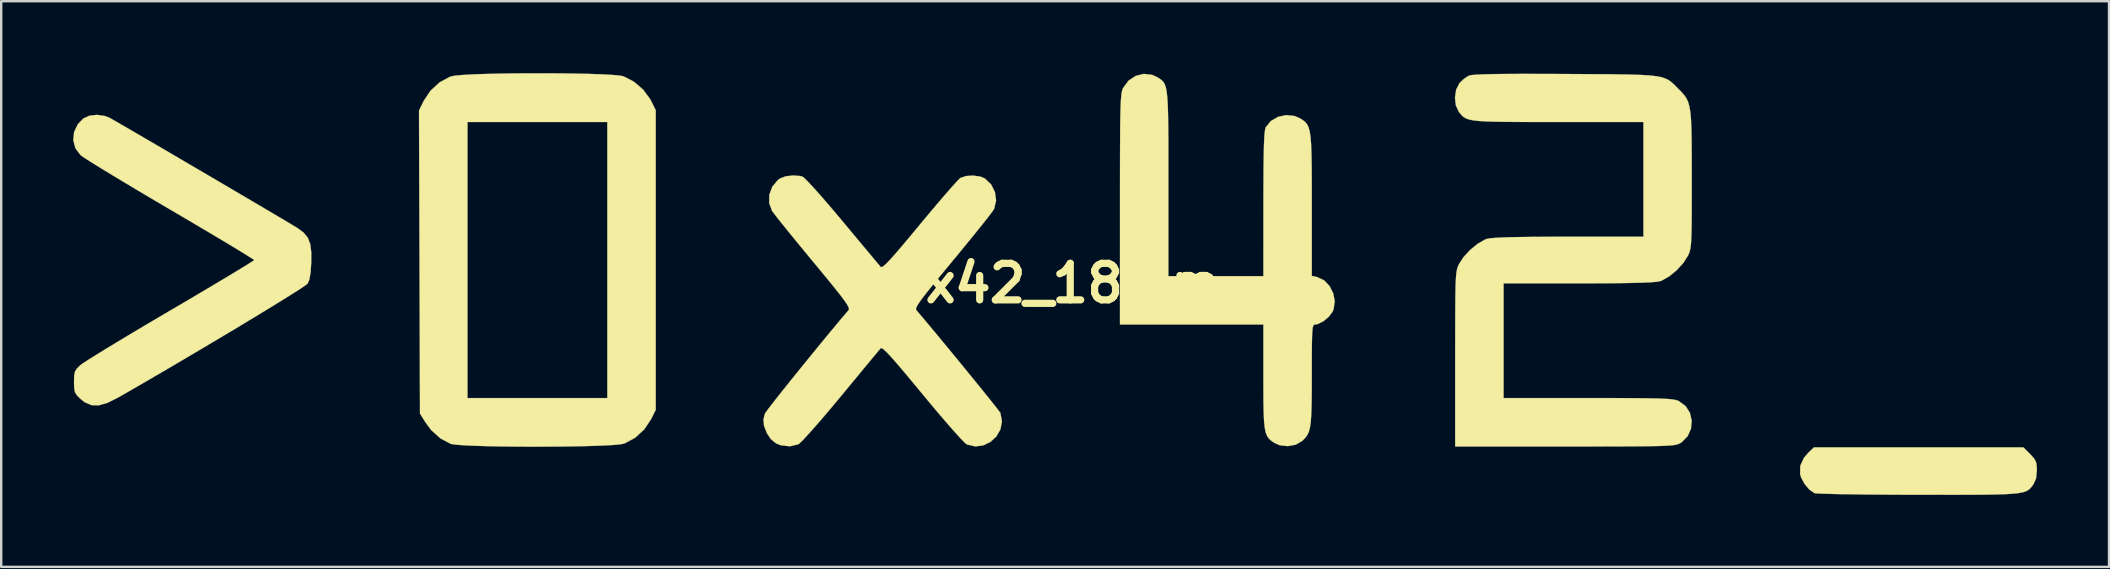
<source format=kicad_pcb>
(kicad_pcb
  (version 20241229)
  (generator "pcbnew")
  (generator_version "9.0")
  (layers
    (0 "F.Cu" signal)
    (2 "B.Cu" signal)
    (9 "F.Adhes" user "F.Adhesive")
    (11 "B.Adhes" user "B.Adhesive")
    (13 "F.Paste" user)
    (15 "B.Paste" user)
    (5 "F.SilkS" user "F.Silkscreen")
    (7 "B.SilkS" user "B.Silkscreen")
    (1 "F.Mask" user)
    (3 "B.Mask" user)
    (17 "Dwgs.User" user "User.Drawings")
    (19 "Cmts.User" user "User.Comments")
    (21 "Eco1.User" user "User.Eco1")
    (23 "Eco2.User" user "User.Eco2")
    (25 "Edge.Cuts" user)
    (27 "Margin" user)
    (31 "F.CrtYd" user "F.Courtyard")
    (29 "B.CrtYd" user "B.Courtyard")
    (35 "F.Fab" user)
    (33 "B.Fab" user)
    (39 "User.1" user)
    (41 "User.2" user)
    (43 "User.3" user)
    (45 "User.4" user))
  (footprint "0x42_18mm"
    (layer "F.Cu")
    (at 40.936 8.758)
    (property "Reference" "0x42_18mm" (at 0 0 0) (layer "F.SilkS") (effects (font (size 1.524 1.524) (thickness 0.3))))
    (attr through_hole)
    (fp_poly (pts (xy 40.62 7.117) (xy 40.789 7.303) (xy 40.873 7.463) (xy 40.9 7.668) (xy 40.901 7.789) (xy 40.868 8.128) (xy 40.76 8.372) (xy 40.752 8.383) (xy 40.686 8.473) (xy 40.62 8.549) (xy 40.545 8.613) (xy 40.446 8.666) (xy 40.314 8.709) (xy 40.135 8.742) (xy 39.898 8.768) (xy 39.591 8.786) (xy 39.202 8.799) (xy 38.719 8.807) (xy 38.13 8.811) (xy 37.423 8.812) (xy 36.587 8.811) (xy 35.96 8.811) (xy 35.18 8.809) (xy 34.442 8.805) (xy 33.76 8.799) (xy 33.148 8.791) (xy 32.62 8.783) (xy 32.19 8.773) (xy 31.873 8.762) (xy 31.682 8.751) (xy 31.632 8.743) (xy 31.422 8.598) (xy 31.223 8.363) (xy 31.077 8.095) (xy 31.035 7.953) (xy 31.041 7.604) (xy 31.194 7.271) (xy 31.387 7.05) (xy 31.61 6.836) (xy 40.339 6.836) (xy 40.62 7.117)) (stroke (width 0.01) (type solid)) (fill yes) (layer "F.SilkS"))
    (fp_poly (pts (xy -20.66 -8.75) (xy -20.035 -8.741) (xy -19.458 -8.729) (xy -18.948 -8.712) (xy -18.525 -8.69) (xy -18.209 -8.664) (xy -18.019 -8.633) (xy -18.001 -8.628) (xy -17.568 -8.404) (xy -17.182 -8.072) (xy -16.887 -7.671) (xy -16.853 -7.606) (xy -16.659 -7.217) (xy -16.659 5.275) (xy -16.853 5.663) (xy -17.137 6.087) (xy -17.515 6.433) (xy -17.947 6.667) (xy -17.989 6.682) (xy -18.153 6.712) (xy -18.447 6.738) (xy -18.85 6.759) (xy -19.344 6.777) (xy -19.909 6.791) (xy -20.525 6.8) (xy -21.173 6.805) (xy -21.834 6.807) (xy -22.487 6.804) (xy -23.114 6.797) (xy -23.695 6.785) (xy -24.21 6.77) (xy -24.641 6.75) (xy -24.967 6.726) (xy -25.169 6.698) (xy -25.204 6.689) (xy -25.631 6.463) (xy -26.016 6.115) (xy -26.259 5.788) (xy -26.483 5.428) (xy -26.503 -0.887) (xy -26.522 -6.724) (xy -24.504 -6.724) (xy -24.504 4.781) (xy -18.676 4.781) (xy -18.676 -6.724) (xy -24.504 -6.724) (xy -26.522 -6.724) (xy -26.523 -7.202) (xy -26.331 -7.596) (xy -26.049 -8.022) (xy -25.674 -8.37) (xy -25.241 -8.606) (xy -25.191 -8.624) (xy -25.021 -8.656) (xy -24.722 -8.683) (xy -24.313 -8.706) (xy -23.814 -8.724) (xy -23.245 -8.738) (xy -22.626 -8.748) (xy -21.975 -8.753) (xy -21.313 -8.753) (xy -20.66 -8.75)) (stroke (width 0.01) (type solid)) (fill yes) (layer "F.SilkS"))
    (fp_poly (pts (xy -39.607 -6.972) (xy -39.429 -6.902) (xy -39.318 -6.84) (xy -39.093 -6.711) (xy -38.768 -6.523) (xy -38.357 -6.284) (xy -37.874 -6.002) (xy -37.334 -5.687) (xy -36.751 -5.346) (xy -36.139 -4.987) (xy -35.513 -4.62) (xy -34.886 -4.252) (xy -34.273 -3.892) (xy -33.689 -3.548) (xy -33.147 -3.229) (xy -32.662 -2.943) (xy -32.247 -2.698) (xy -31.919 -2.503) (xy -31.69 -2.365) (xy -31.589 -2.304) (xy -31.331 -2.112) (xy -31.157 -1.899) (xy -31.055 -1.633) (xy -31.013 -1.283) (xy -31.015 -0.867) (xy -31.043 -0.446) (xy -31.095 -0.156) (xy -31.163 0.007) (xy -31.246 0.075) (xy -31.446 0.211) (xy -31.752 0.407) (xy -32.151 0.656) (xy -32.631 0.953) (xy -33.181 1.288) (xy -33.788 1.655) (xy -34.441 2.047) (xy -35.127 2.456) (xy -35.835 2.876) (xy -36.552 3.3) (xy -37.267 3.719) (xy -37.968 4.127) (xy -38.642 4.516) (xy -39.069 4.761) (xy -39.506 4.979) (xy -39.868 5.084) (xy -40.177 5.076) (xy -40.454 4.957) (xy -40.622 4.824) (xy -40.778 4.671) (xy -40.861 4.539) (xy -40.895 4.37) (xy -40.901 4.109) (xy -40.895 3.847) (xy -40.861 3.678) (xy -40.779 3.549) (xy -40.639 3.412) (xy -40.526 3.33) (xy -40.296 3.18) (xy -39.963 2.972) (xy -39.54 2.712) (xy -39.039 2.408) (xy -38.474 2.069) (xy -37.857 1.702) (xy -37.203 1.316) (xy -36.885 1.13) (xy -36.227 0.744) (xy -35.61 0.379) (xy -35.045 0.044) (xy -34.543 -0.256) (xy -34.118 -0.513) (xy -33.779 -0.719) (xy -33.54 -0.868) (xy -33.412 -0.953) (xy -33.394 -0.97) (xy -33.456 -1.017) (xy -33.636 -1.132) (xy -33.922 -1.309) (xy -34.301 -1.539) (xy -34.763 -1.816) (xy -35.295 -2.133) (xy -35.885 -2.482) (xy -36.523 -2.858) (xy -36.886 -3.071) (xy -37.554 -3.463) (xy -38.189 -3.84) (xy -38.779 -4.192) (xy -39.31 -4.512) (xy -39.77 -4.792) (xy -40.145 -5.024) (xy -40.423 -5.201) (xy -40.591 -5.314) (xy -40.629 -5.344) (xy -40.842 -5.629) (xy -40.931 -5.96) (xy -40.898 -6.304) (xy -40.745 -6.628) (xy -40.519 -6.866) (xy -40.263 -6.985) (xy -39.94 -7.021) (xy -39.607 -6.972)) (stroke (width 0.01) (type solid)) (fill yes) (layer "F.SilkS"))
    (fp_poly (pts (xy 4.03 -8.688) (xy 4.236 -8.594) (xy 4.337 -8.532) (xy 4.422 -8.472) (xy 4.493 -8.4) (xy 4.552 -8.304) (xy 4.598 -8.173) (xy 4.634 -7.994) (xy 4.661 -7.754) (xy 4.681 -7.441) (xy 4.693 -7.043) (xy 4.701 -6.548) (xy 4.705 -5.943) (xy 4.706 -5.216) (xy 4.706 -4.354) (xy 4.706 -4.15) (xy 4.706 -0.299) (xy 8.666 -0.299) (xy 8.667 -3.306) (xy 8.669 -4.117) (xy 8.673 -4.79) (xy 8.68 -5.335) (xy 8.69 -5.762) (xy 8.704 -6.083) (xy 8.722 -6.307) (xy 8.745 -6.447) (xy 8.761 -6.497) (xy 8.973 -6.761) (xy 9.27 -6.936) (xy 9.614 -7.011) (xy 9.963 -6.975) (xy 10.199 -6.872) (xy 10.315 -6.798) (xy 10.41 -6.721) (xy 10.487 -6.628) (xy 10.548 -6.505) (xy 10.595 -6.336) (xy 10.63 -6.109) (xy 10.654 -5.809) (xy 10.669 -5.422) (xy 10.678 -4.933) (xy 10.682 -4.329) (xy 10.683 -3.595) (xy 10.683 -3.263) (xy 10.683 -0.311) (xy 10.896 -0.264) (xy 11.19 -0.129) (xy 11.423 0.112) (xy 11.579 0.42) (xy 11.64 0.757) (xy 11.589 1.088) (xy 11.547 1.186) (xy 11.388 1.397) (xy 11.166 1.58) (xy 10.934 1.696) (xy 10.814 1.718) (xy 10.775 1.727) (xy 10.745 1.765) (xy 10.722 1.847) (xy 10.706 1.99) (xy 10.695 2.21) (xy 10.688 2.523) (xy 10.684 2.946) (xy 10.683 3.493) (xy 10.683 3.812) (xy 10.682 4.477) (xy 10.676 5.009) (xy 10.664 5.428) (xy 10.643 5.75) (xy 10.61 5.995) (xy 10.563 6.178) (xy 10.498 6.319) (xy 10.414 6.435) (xy 10.308 6.544) (xy 10.284 6.566) (xy 10.016 6.722) (xy 9.686 6.784) (xy 9.352 6.749) (xy 9.136 6.656) (xy 9.008 6.571) (xy 8.906 6.482) (xy 8.826 6.372) (xy 8.766 6.225) (xy 8.723 6.024) (xy 8.695 5.752) (xy 8.678 5.391) (xy 8.669 4.926) (xy 8.666 4.339) (xy 8.666 3.888) (xy 8.666 1.718) (xy 2.689 1.718) (xy 2.69 -3.082) (xy 2.69 -4.052) (xy 2.691 -4.885) (xy 2.693 -5.591) (xy 2.696 -6.181) (xy 2.7 -6.668) (xy 2.707 -7.061) (xy 2.716 -7.372) (xy 2.727 -7.613) (xy 2.741 -7.795) (xy 2.757 -7.929) (xy 2.777 -8.027) (xy 2.801 -8.099) (xy 2.82 -8.141) (xy 3.045 -8.446) (xy 3.344 -8.645) (xy 3.683 -8.729) (xy 4.03 -8.688)) (stroke (width 0.01) (type solid)) (fill yes) (layer "F.SilkS"))
    (fp_poly (pts (xy 20.203 -8.728) (xy 21.129 -8.725) (xy 21.255 -8.724) (xy 22.141 -8.719) (xy 22.89 -8.715) (xy 23.515 -8.708) (xy 24.031 -8.698) (xy 24.45 -8.683) (xy 24.786 -8.661) (xy 25.05 -8.631) (xy 25.257 -8.59) (xy 25.42 -8.537) (xy 25.552 -8.471) (xy 25.666 -8.39) (xy 25.775 -8.291) (xy 25.892 -8.174) (xy 25.946 -8.12) (xy 26.084 -7.98) (xy 26.198 -7.852) (xy 26.29 -7.721) (xy 26.362 -7.57) (xy 26.417 -7.385) (xy 26.458 -7.15) (xy 26.486 -6.849) (xy 26.503 -6.467) (xy 26.513 -5.989) (xy 26.517 -5.398) (xy 26.519 -4.68) (xy 26.519 -4.351) (xy 26.519 -3.62) (xy 26.518 -3.023) (xy 26.515 -2.544) (xy 26.509 -2.168) (xy 26.5 -1.879) (xy 26.487 -1.66) (xy 26.468 -1.497) (xy 26.444 -1.374) (xy 26.414 -1.275) (xy 26.376 -1.184) (xy 26.363 -1.156) (xy 26.168 -0.85) (xy 25.892 -0.548) (xy 25.578 -0.29) (xy 25.271 -0.116) (xy 25.193 -0.089) (xy 25.05 -0.064) (xy 24.798 -0.043) (xy 24.43 -0.027) (xy 23.94 -0.015) (xy 23.319 -0.006) (xy 22.562 -0.001) (xy 21.787 0) (xy 18.676 0) (xy 18.676 4.781) (xy 22.195 4.781) (xy 23.022 4.782) (xy 23.713 4.783) (xy 24.282 4.787) (xy 24.741 4.792) (xy 25.104 4.8) (xy 25.384 4.811) (xy 25.595 4.825) (xy 25.75 4.843) (xy 25.862 4.865) (xy 25.945 4.892) (xy 25.977 4.906) (xy 26.261 5.114) (xy 26.441 5.398) (xy 26.517 5.724) (xy 26.486 6.058) (xy 26.348 6.368) (xy 26.101 6.619) (xy 26.05 6.652) (xy 25.996 6.682) (xy 25.932 6.707) (xy 25.847 6.729) (xy 25.729 6.747) (xy 25.566 6.761) (xy 25.347 6.773) (xy 25.061 6.781) (xy 24.694 6.788) (xy 24.237 6.792) (xy 23.678 6.795) (xy 23.004 6.797) (xy 22.204 6.798) (xy 21.266 6.798) (xy 21.235 6.798) (xy 16.659 6.798) (xy 16.659 3.161) (xy 16.66 2.329) (xy 16.661 1.633) (xy 16.663 1.059) (xy 16.667 0.595) (xy 16.673 0.225) (xy 16.682 -0.062) (xy 16.695 -0.281) (xy 16.711 -0.445) (xy 16.732 -0.567) (xy 16.758 -0.661) (xy 16.789 -0.741) (xy 16.815 -0.797) (xy 17.007 -1.093) (xy 17.281 -1.389) (xy 17.592 -1.645) (xy 17.895 -1.82) (xy 17.987 -1.854) (xy 18.13 -1.879) (xy 18.382 -1.899) (xy 18.75 -1.916) (xy 19.24 -1.928) (xy 19.861 -1.936) (xy 20.618 -1.941) (xy 21.393 -1.942) (xy 24.504 -1.942) (xy 24.504 -6.724) (xy 20.951 -6.724) (xy 20.101 -6.724) (xy 19.386 -6.725) (xy 18.795 -6.729) (xy 18.314 -6.736) (xy 17.93 -6.748) (xy 17.63 -6.767) (xy 17.401 -6.794) (xy 17.229 -6.83) (xy 17.102 -6.876) (xy 17.006 -6.934) (xy 16.929 -7.005) (xy 16.857 -7.09) (xy 16.815 -7.143) (xy 16.688 -7.412) (xy 16.65 -7.741) (xy 16.7 -8.07) (xy 16.837 -8.342) (xy 16.845 -8.352) (xy 17.026 -8.524) (xy 17.222 -8.651) (xy 17.239 -8.658) (xy 17.339 -8.679) (xy 17.535 -8.696) (xy 17.833 -8.71) (xy 18.241 -8.72) (xy 18.767 -8.726) (xy 19.419 -8.729) (xy 20.203 -8.728)) (stroke (width 0.01) (type solid)) (fill yes) (layer "F.SilkS"))
    (fp_poly (pts (xy -10.642 -4.473) (xy -10.542 -4.448) (xy -10.455 -4.379) (xy -10.287 -4.209) (xy -10.049 -3.952) (xy -9.756 -3.623) (xy -9.421 -3.235) (xy -9.055 -2.804) (xy -8.876 -2.59) (xy -8.503 -2.142) (xy -8.158 -1.728) (xy -7.853 -1.363) (xy -7.601 -1.062) (xy -7.414 -0.839) (xy -7.304 -0.709) (xy -7.283 -0.685) (xy -7.241 -0.675) (xy -7.168 -0.716) (xy -7.053 -0.817) (xy -6.889 -0.988) (xy -6.666 -1.238) (xy -6.375 -1.578) (xy -6.007 -2.017) (xy -5.656 -2.44) (xy -5.276 -2.896) (xy -4.921 -3.317) (xy -4.602 -3.689) (xy -4.332 -3.998) (xy -4.125 -4.228) (xy -3.992 -4.365) (xy -3.957 -4.395) (xy -3.723 -4.472) (xy -3.424 -4.49) (xy -3.131 -4.449) (xy -2.944 -4.372) (xy -2.682 -4.123) (xy -2.522 -3.804) (xy -2.474 -3.456) (xy -2.55 -3.121) (xy -2.571 -3.078) (xy -2.643 -2.973) (xy -2.798 -2.769) (xy -3.026 -2.481) (xy -3.313 -2.123) (xy -3.648 -1.711) (xy -4.019 -1.259) (xy -4.286 -0.936) (xy -4.726 -0.404) (xy -5.078 0.025) (xy -5.35 0.364) (xy -5.55 0.623) (xy -5.688 0.815) (xy -5.772 0.95) (xy -5.809 1.04) (xy -5.809 1.098) (xy -5.797 1.118) (xy -5.543 1.418) (xy -5.24 1.779) (xy -4.902 2.185) (xy -4.54 2.622) (xy -4.167 3.075) (xy -3.797 3.527) (xy -3.44 3.964) (xy -3.11 4.37) (xy -2.82 4.73) (xy -2.581 5.029) (xy -2.406 5.251) (xy -2.309 5.381) (xy -2.293 5.406) (xy -2.23 5.754) (xy -2.293 6.084) (xy -2.458 6.375) (xy -2.704 6.605) (xy -3.006 6.753) (xy -3.341 6.797) (xy -3.686 6.715) (xy -3.696 6.711) (xy -3.787 6.634) (xy -3.96 6.455) (xy -4.203 6.188) (xy -4.503 5.847) (xy -4.847 5.446) (xy -5.224 4.998) (xy -5.542 4.615) (xy -5.999 4.063) (xy -6.371 3.618) (xy -6.667 3.273) (xy -6.894 3.017) (xy -7.062 2.841) (xy -7.178 2.738) (xy -7.25 2.697) (xy -7.284 2.704) (xy -7.352 2.784) (xy -7.502 2.964) (xy -7.724 3.231) (xy -8.005 3.57) (xy -8.333 3.968) (xy -8.697 4.408) (xy -8.946 4.71) (xy -9.331 5.172) (xy -9.694 5.6) (xy -10.022 5.978) (xy -10.302 6.292) (xy -10.522 6.529) (xy -10.668 6.672) (xy -10.717 6.708) (xy -11.065 6.791) (xy -11.438 6.75) (xy -11.633 6.677) (xy -11.857 6.497) (xy -12.025 6.244) (xy -12.146 5.933) (xy -12.169 5.674) (xy -12.108 5.432) (xy -12.05 5.344) (xy -11.909 5.157) (xy -11.698 4.885) (xy -11.43 4.545) (xy -11.116 4.152) (xy -10.769 3.722) (xy -10.402 3.269) (xy -10.028 2.81) (xy -9.659 2.359) (xy -9.307 1.933) (xy -8.985 1.547) (xy -8.705 1.216) (xy -8.62 1.117) (xy -8.603 1.073) (xy -8.618 1.002) (xy -8.674 0.894) (xy -8.78 0.736) (xy -8.943 0.517) (xy -9.174 0.226) (xy -9.479 -0.151) (xy -9.868 -0.623) (xy -10.098 -0.9) (xy -10.483 -1.367) (xy -10.843 -1.805) (xy -11.165 -2.2) (xy -11.436 -2.537) (xy -11.644 -2.799) (xy -11.776 -2.972) (xy -11.814 -3.026) (xy -11.931 -3.348) (xy -11.924 -3.694) (xy -11.801 -4.025) (xy -11.572 -4.3) (xy -11.477 -4.371) (xy -11.246 -4.459) (xy -10.944 -4.495) (xy -10.642 -4.473)) (stroke (width 0.01) (type solid)) (fill yes) (layer "F.SilkS")))
  (gr_rect
    (start -3 -3)
    (end 84.843 20.575)
    (stroke (width 0.1) (type default))
    (fill no)
    (layer "Edge.Cuts")))
</source>
